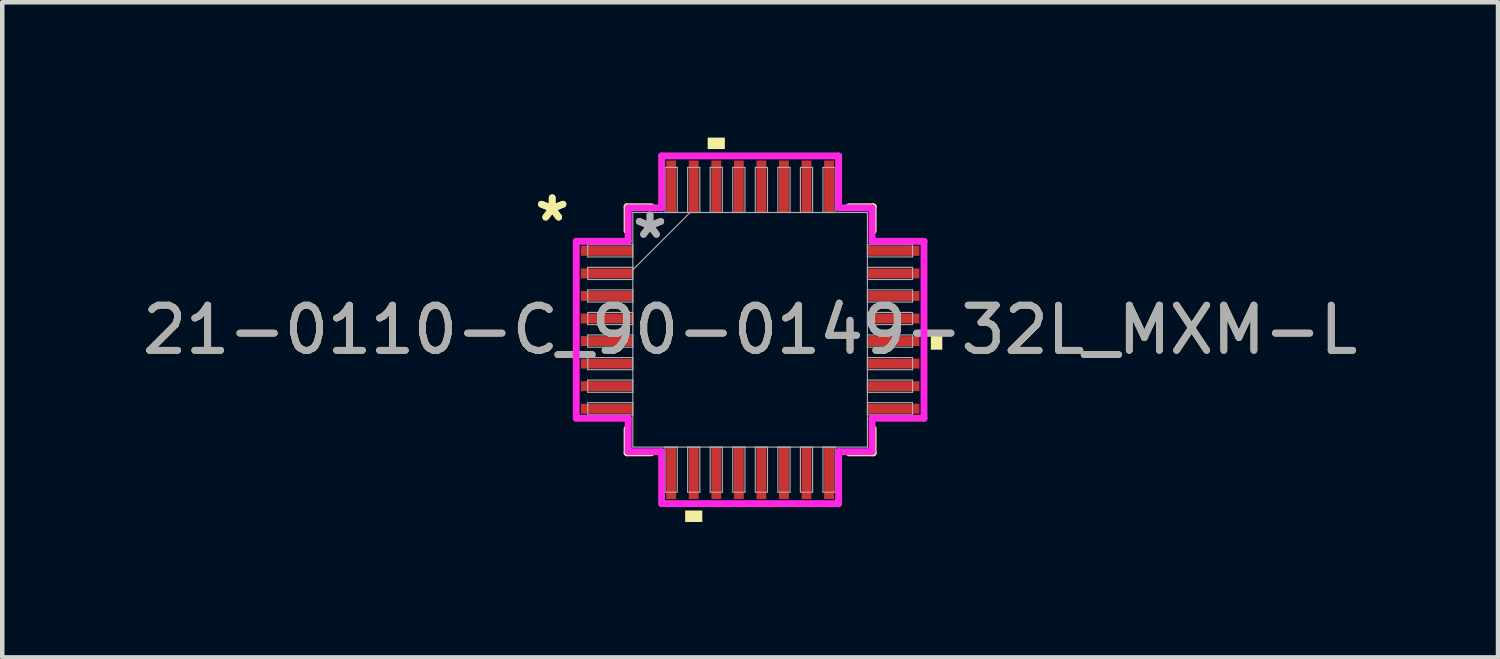
<source format=kicad_pcb>
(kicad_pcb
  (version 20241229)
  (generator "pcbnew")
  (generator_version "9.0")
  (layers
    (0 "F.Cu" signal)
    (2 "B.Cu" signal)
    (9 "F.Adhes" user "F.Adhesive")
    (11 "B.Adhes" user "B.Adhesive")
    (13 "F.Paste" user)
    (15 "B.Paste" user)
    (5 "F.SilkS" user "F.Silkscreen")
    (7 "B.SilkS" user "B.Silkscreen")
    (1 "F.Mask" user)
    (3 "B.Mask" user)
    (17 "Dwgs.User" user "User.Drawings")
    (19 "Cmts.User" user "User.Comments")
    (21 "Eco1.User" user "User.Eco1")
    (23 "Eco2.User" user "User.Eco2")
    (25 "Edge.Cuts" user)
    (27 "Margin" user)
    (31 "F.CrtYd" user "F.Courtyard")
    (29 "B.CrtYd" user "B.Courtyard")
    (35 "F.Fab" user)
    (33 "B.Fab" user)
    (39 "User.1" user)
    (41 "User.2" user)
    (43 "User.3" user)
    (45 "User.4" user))
  (footprint "21-0110-C_90-0149-32L_MXM-L"
    (layer "F.Cu")
    (at 13.577 4.26)
    (property "Reference" "21-0110-C_90-0149-32L_MXM-L" (at 0 0 0) (unlocked yes) (layer "F.SilkS") (effects (font (size 1 1) (thickness 0.15))))
    (attr smd)
    (fp_line (start -2.727 -2.727) (end -2.727 -2.192) (stroke (width 0.152) (type solid)) (layer "F.SilkS"))
    (fp_line (start -2.727 2.192) (end -2.727 2.727) (stroke (width 0.152) (type solid)) (layer "F.SilkS"))
    (fp_line (start -2.727 2.727) (end -2.192 2.727) (stroke (width 0.152) (type solid)) (layer "F.SilkS"))
    (fp_line (start -2.192 -2.727) (end -2.727 -2.727) (stroke (width 0.152) (type solid)) (layer "F.SilkS"))
    (fp_line (start 2.192 2.727) (end 2.727 2.727) (stroke (width 0.152) (type solid)) (layer "F.SilkS"))
    (fp_line (start 2.727 -2.727) (end 2.192 -2.727) (stroke (width 0.152) (type solid)) (layer "F.SilkS"))
    (fp_line (start 2.727 -2.192) (end 2.727 -2.727) (stroke (width 0.152) (type solid)) (layer "F.SilkS"))
    (fp_line (start 2.727 2.727) (end 2.727 2.192) (stroke (width 0.152) (type solid)) (layer "F.SilkS"))
    (fp_poly (pts (xy -1.44 4.006) (xy -1.44 4.26) (xy -1.06 4.26) (xy -1.06 4.006)) (stroke (width 0) (type solid)) (fill yes) (layer "F.SilkS"))
    (fp_poly (pts (xy -0.941 -4.006) (xy -0.941 -4.26) (xy -0.56 -4.26) (xy -0.56 -4.006)) (stroke (width 0) (type solid)) (fill yes) (layer "F.SilkS"))
    (fp_poly (pts (xy 4.26 0.059) (xy 4.26 0.441) (xy 4.006 0.441) (xy 4.006 0.059)) (stroke (width 0) (type solid)) (fill yes) (layer "F.SilkS"))
    (fp_line (start -3.854 -1.961) (end -2.702 -1.961) (stroke (width 0.152) (type solid)) (layer "F.CrtYd"))
    (fp_line (start -3.854 1.961) (end -3.854 -1.961) (stroke (width 0.152) (type solid)) (layer "F.CrtYd"))
    (fp_line (start -2.702 -2.702) (end -1.961 -2.702) (stroke (width 0.152) (type solid)) (layer "F.CrtYd"))
    (fp_line (start -2.702 -1.961) (end -2.702 -2.702) (stroke (width 0.152) (type solid)) (layer "F.CrtYd"))
    (fp_line (start -2.702 1.961) (end -3.854 1.961) (stroke (width 0.152) (type solid)) (layer "F.CrtYd"))
    (fp_line (start -2.702 2.702) (end -2.702 1.961) (stroke (width 0.152) (type solid)) (layer "F.CrtYd"))
    (fp_line (start -2.702 2.702) (end -1.961 2.702) (stroke (width 0.152) (type solid)) (layer "F.CrtYd"))
    (fp_line (start -1.961 -3.854) (end 1.961 -3.854) (stroke (width 0.152) (type solid)) (layer "F.CrtYd"))
    (fp_line (start -1.961 -2.702) (end -1.961 -3.854) (stroke (width 0.152) (type solid)) (layer "F.CrtYd"))
    (fp_line (start -1.961 2.702) (end -1.961 3.854) (stroke (width 0.152) (type solid)) (layer "F.CrtYd"))
    (fp_line (start -1.961 3.854) (end 1.961 3.854) (stroke (width 0.152) (type solid)) (layer "F.CrtYd"))
    (fp_line (start 1.961 -3.854) (end 1.961 -2.702) (stroke (width 0.152) (type solid)) (layer "F.CrtYd"))
    (fp_line (start 1.961 -2.702) (end 2.702 -2.702) (stroke (width 0.152) (type solid)) (layer "F.CrtYd"))
    (fp_line (start 1.961 2.702) (end 2.702 2.702) (stroke (width 0.152) (type solid)) (layer "F.CrtYd"))
    (fp_line (start 1.961 3.854) (end 1.961 2.702) (stroke (width 0.152) (type solid)) (layer "F.CrtYd"))
    (fp_line (start 2.702 -1.961) (end 2.702 -2.702) (stroke (width 0.152) (type solid)) (layer "F.CrtYd"))
    (fp_line (start 2.702 1.961) (end 3.854 1.961) (stroke (width 0.152) (type solid)) (layer "F.CrtYd"))
    (fp_line (start 2.702 2.702) (end 2.702 1.961) (stroke (width 0.152) (type solid)) (layer "F.CrtYd"))
    (fp_line (start 3.854 -1.961) (end 2.702 -1.961) (stroke (width 0.152) (type solid)) (layer "F.CrtYd"))
    (fp_line (start 3.854 1.961) (end 3.854 -1.961) (stroke (width 0.152) (type solid)) (layer "F.CrtYd"))
    (fp_line (start -3.6 -1.885) (end -3.6 -1.615) (stroke (width 0.025) (type solid)) (layer "F.Fab"))
    (fp_line (start -3.6 -1.615) (end -2.6 -1.615) (stroke (width 0.025) (type solid)) (layer "F.Fab"))
    (fp_line (start -3.6 -1.385) (end -3.6 -1.115) (stroke (width 0.025) (type solid)) (layer "F.Fab"))
    (fp_line (start -3.6 -1.115) (end -2.6 -1.115) (stroke (width 0.025) (type solid)) (layer "F.Fab"))
    (fp_line (start -3.6 -0.885) (end -3.6 -0.615) (stroke (width 0.025) (type solid)) (layer "F.Fab"))
    (fp_line (start -3.6 -0.615) (end -2.6 -0.615) (stroke (width 0.025) (type solid)) (layer "F.Fab"))
    (fp_line (start -3.6 -0.385) (end -3.6 -0.115) (stroke (width 0.025) (type solid)) (layer "F.Fab"))
    (fp_line (start -3.6 -0.115) (end -2.6 -0.115) (stroke (width 0.025) (type solid)) (layer "F.Fab"))
    (fp_line (start -3.6 0.115) (end -3.6 0.385) (stroke (width 0.025) (type solid)) (layer "F.Fab"))
    (fp_line (start -3.6 0.385) (end -2.6 0.385) (stroke (width 0.025) (type solid)) (layer "F.Fab"))
    (fp_line (start -3.6 0.615) (end -3.6 0.885) (stroke (width 0.025) (type solid)) (layer "F.Fab"))
    (fp_line (start -3.6 0.885) (end -2.6 0.885) (stroke (width 0.025) (type solid)) (layer "F.Fab"))
    (fp_line (start -3.6 1.115) (end -3.6 1.385) (stroke (width 0.025) (type solid)) (layer "F.Fab"))
    (fp_line (start -3.6 1.385) (end -2.6 1.385) (stroke (width 0.025) (type solid)) (layer "F.Fab"))
    (fp_line (start -3.6 1.615) (end -3.6 1.885) (stroke (width 0.025) (type solid)) (layer "F.Fab"))
    (fp_line (start -3.6 1.885) (end -2.6 1.885) (stroke (width 0.025) (type solid)) (layer "F.Fab"))
    (fp_line (start -2.6 -2.6) (end -2.6 2.6) (stroke (width 0.025) (type solid)) (layer "F.Fab"))
    (fp_line (start -2.6 -1.885) (end -3.6 -1.885) (stroke (width 0.025) (type solid)) (layer "F.Fab"))
    (fp_line (start -2.6 -1.615) (end -2.6 -1.885) (stroke (width 0.025) (type solid)) (layer "F.Fab"))
    (fp_line (start -2.6 -1.385) (end -3.6 -1.385) (stroke (width 0.025) (type solid)) (layer "F.Fab"))
    (fp_line (start -2.6 -1.33) (end -1.33 -2.6) (stroke (width 0.025) (type solid)) (layer "F.Fab"))
    (fp_line (start -2.6 -1.115) (end -2.6 -1.385) (stroke (width 0.025) (type solid)) (layer "F.Fab"))
    (fp_line (start -2.6 -0.885) (end -3.6 -0.885) (stroke (width 0.025) (type solid)) (layer "F.Fab"))
    (fp_line (start -2.6 -0.615) (end -2.6 -0.885) (stroke (width 0.025) (type solid)) (layer "F.Fab"))
    (fp_line (start -2.6 -0.385) (end -3.6 -0.385) (stroke (width 0.025) (type solid)) (layer "F.Fab"))
    (fp_line (start -2.6 -0.115) (end -2.6 -0.385) (stroke (width 0.025) (type solid)) (layer "F.Fab"))
    (fp_line (start -2.6 0.115) (end -3.6 0.115) (stroke (width 0.025) (type solid)) (layer "F.Fab"))
    (fp_line (start -2.6 0.385) (end -2.6 0.115) (stroke (width 0.025) (type solid)) (layer "F.Fab"))
    (fp_line (start -2.6 0.615) (end -3.6 0.615) (stroke (width 0.025) (type solid)) (layer "F.Fab"))
    (fp_line (start -2.6 0.885) (end -2.6 0.615) (stroke (width 0.025) (type solid)) (layer "F.Fab"))
    (fp_line (start -2.6 1.115) (end -3.6 1.115) (stroke (width 0.025) (type solid)) (layer "F.Fab"))
    (fp_line (start -2.6 1.385) (end -2.6 1.115) (stroke (width 0.025) (type solid)) (layer "F.Fab"))
    (fp_line (start -2.6 1.615) (end -3.6 1.615) (stroke (width 0.025) (type solid)) (layer "F.Fab"))
    (fp_line (start -2.6 1.885) (end -2.6 1.615) (stroke (width 0.025) (type solid)) (layer "F.Fab"))
    (fp_line (start -2.6 2.6) (end 2.6 2.6) (stroke (width 0.025) (type solid)) (layer "F.Fab"))
    (fp_line (start -1.885 -3.6) (end -1.885 -2.6) (stroke (width 0.025) (type solid)) (layer "F.Fab"))
    (fp_line (start -1.885 -2.6) (end -1.615 -2.6) (stroke (width 0.025) (type solid)) (layer "F.Fab"))
    (fp_line (start -1.885 2.6) (end -1.885 3.6) (stroke (width 0.025) (type solid)) (layer "F.Fab"))
    (fp_line (start -1.885 3.6) (end -1.615 3.6) (stroke (width 0.025) (type solid)) (layer "F.Fab"))
    (fp_line (start -1.615 -3.6) (end -1.885 -3.6) (stroke (width 0.025) (type solid)) (layer "F.Fab"))
    (fp_line (start -1.615 -2.6) (end -1.615 -3.6) (stroke (width 0.025) (type solid)) (layer "F.Fab"))
    (fp_line (start -1.615 2.6) (end -1.885 2.6) (stroke (width 0.025) (type solid)) (layer "F.Fab"))
    (fp_line (start -1.615 3.6) (end -1.615 2.6) (stroke (width 0.025) (type solid)) (layer "F.Fab"))
    (fp_line (start -1.385 -3.6) (end -1.385 -2.6) (stroke (width 0.025) (type solid)) (layer "F.Fab"))
    (fp_line (start -1.385 -2.6) (end -1.115 -2.6) (stroke (width 0.025) (type solid)) (layer "F.Fab"))
    (fp_line (start -1.385 2.6) (end -1.385 3.6) (stroke (width 0.025) (type solid)) (layer "F.Fab"))
    (fp_line (start -1.385 3.6) (end -1.115 3.6) (stroke (width 0.025) (type solid)) (layer "F.Fab"))
    (fp_line (start -1.115 -3.6) (end -1.385 -3.6) (stroke (width 0.025) (type solid)) (layer "F.Fab"))
    (fp_line (start -1.115 -2.6) (end -1.115 -3.6) (stroke (width 0.025) (type solid)) (layer "F.Fab"))
    (fp_line (start -1.115 2.6) (end -1.385 2.6) (stroke (width 0.025) (type solid)) (layer "F.Fab"))
    (fp_line (start -1.115 3.6) (end -1.115 2.6) (stroke (width 0.025) (type solid)) (layer "F.Fab"))
    (fp_line (start -0.885 -3.6) (end -0.885 -2.6) (stroke (width 0.025) (type solid)) (layer "F.Fab"))
    (fp_line (start -0.885 -2.6) (end -0.615 -2.6) (stroke (width 0.025) (type solid)) (layer "F.Fab"))
    (fp_line (start -0.885 2.6) (end -0.885 3.6) (stroke (width 0.025) (type solid)) (layer "F.Fab"))
    (fp_line (start -0.885 3.6) (end -0.615 3.6) (stroke (width 0.025) (type solid)) (layer "F.Fab"))
    (fp_line (start -0.615 -3.6) (end -0.885 -3.6) (stroke (width 0.025) (type solid)) (layer "F.Fab"))
    (fp_line (start -0.615 -2.6) (end -0.615 -3.6) (stroke (width 0.025) (type solid)) (layer "F.Fab"))
    (fp_line (start -0.615 2.6) (end -0.885 2.6) (stroke (width 0.025) (type solid)) (layer "F.Fab"))
    (fp_line (start -0.615 3.6) (end -0.615 2.6) (stroke (width 0.025) (type solid)) (layer "F.Fab"))
    (fp_line (start -0.385 -3.6) (end -0.385 -2.6) (stroke (width 0.025) (type solid)) (layer "F.Fab"))
    (fp_line (start -0.385 -2.6) (end -0.115 -2.6) (stroke (width 0.025) (type solid)) (layer "F.Fab"))
    (fp_line (start -0.385 2.6) (end -0.385 3.6) (stroke (width 0.025) (type solid)) (layer "F.Fab"))
    (fp_line (start -0.385 3.6) (end -0.115 3.6) (stroke (width 0.025) (type solid)) (layer "F.Fab"))
    (fp_line (start -0.115 -3.6) (end -0.385 -3.6) (stroke (width 0.025) (type solid)) (layer "F.Fab"))
    (fp_line (start -0.115 -2.6) (end -0.115 -3.6) (stroke (width 0.025) (type solid)) (layer "F.Fab"))
    (fp_line (start -0.115 2.6) (end -0.385 2.6) (stroke (width 0.025) (type solid)) (layer "F.Fab"))
    (fp_line (start -0.115 3.6) (end -0.115 2.6) (stroke (width 0.025) (type solid)) (layer "F.Fab"))
    (fp_line (start 0.115 -3.6) (end 0.115 -2.6) (stroke (width 0.025) (type solid)) (layer "F.Fab"))
    (fp_line (start 0.115 -2.6) (end 0.385 -2.6) (stroke (width 0.025) (type solid)) (layer "F.Fab"))
    (fp_line (start 0.115 2.6) (end 0.115 3.6) (stroke (width 0.025) (type solid)) (layer "F.Fab"))
    (fp_line (start 0.115 3.6) (end 0.385 3.6) (stroke (width 0.025) (type solid)) (layer "F.Fab"))
    (fp_line (start 0.385 -3.6) (end 0.115 -3.6) (stroke (width 0.025) (type solid)) (layer "F.Fab"))
    (fp_line (start 0.385 -2.6) (end 0.385 -3.6) (stroke (width 0.025) (type solid)) (layer "F.Fab"))
    (fp_line (start 0.385 2.6) (end 0.115 2.6) (stroke (width 0.025) (type solid)) (layer "F.Fab"))
    (fp_line (start 0.385 3.6) (end 0.385 2.6) (stroke (width 0.025) (type solid)) (layer "F.Fab"))
    (fp_line (start 0.615 -3.6) (end 0.615 -2.6) (stroke (width 0.025) (type solid)) (layer "F.Fab"))
    (fp_line (start 0.615 -2.6) (end 0.885 -2.6) (stroke (width 0.025) (type solid)) (layer "F.Fab"))
    (fp_line (start 0.615 2.6) (end 0.615 3.6) (stroke (width 0.025) (type solid)) (layer "F.Fab"))
    (fp_line (start 0.615 3.6) (end 0.885 3.6) (stroke (width 0.025) (type solid)) (layer "F.Fab"))
    (fp_line (start 0.885 -3.6) (end 0.615 -3.6) (stroke (width 0.025) (type solid)) (layer "F.Fab"))
    (fp_line (start 0.885 -2.6) (end 0.885 -3.6) (stroke (width 0.025) (type solid)) (layer "F.Fab"))
    (fp_line (start 0.885 2.6) (end 0.615 2.6) (stroke (width 0.025) (type solid)) (layer "F.Fab"))
    (fp_line (start 0.885 3.6) (end 0.885 2.6) (stroke (width 0.025) (type solid)) (layer "F.Fab"))
    (fp_line (start 1.115 -3.6) (end 1.115 -2.6) (stroke (width 0.025) (type solid)) (layer "F.Fab"))
    (fp_line (start 1.115 -2.6) (end 1.385 -2.6) (stroke (width 0.025) (type solid)) (layer "F.Fab"))
    (fp_line (start 1.115 2.6) (end 1.115 3.6) (stroke (width 0.025) (type solid)) (layer "F.Fab"))
    (fp_line (start 1.115 3.6) (end 1.385 3.6) (stroke (width 0.025) (type solid)) (layer "F.Fab"))
    (fp_line (start 1.385 -3.6) (end 1.115 -3.6) (stroke (width 0.025) (type solid)) (layer "F.Fab"))
    (fp_line (start 1.385 -2.6) (end 1.385 -3.6) (stroke (width 0.025) (type solid)) (layer "F.Fab"))
    (fp_line (start 1.385 2.6) (end 1.115 2.6) (stroke (width 0.025) (type solid)) (layer "F.Fab"))
    (fp_line (start 1.385 3.6) (end 1.385 2.6) (stroke (width 0.025) (type solid)) (layer "F.Fab"))
    (fp_line (start 1.615 -3.6) (end 1.615 -2.6) (stroke (width 0.025) (type solid)) (layer "F.Fab"))
    (fp_line (start 1.615 -2.6) (end 1.885 -2.6) (stroke (width 0.025) (type solid)) (layer "F.Fab"))
    (fp_line (start 1.615 2.6) (end 1.615 3.6) (stroke (width 0.025) (type solid)) (layer "F.Fab"))
    (fp_line (start 1.615 3.6) (end 1.885 3.6) (stroke (width 0.025) (type solid)) (layer "F.Fab"))
    (fp_line (start 1.885 -3.6) (end 1.615 -3.6) (stroke (width 0.025) (type solid)) (layer "F.Fab"))
    (fp_line (start 1.885 -2.6) (end 1.885 -3.6) (stroke (width 0.025) (type solid)) (layer "F.Fab"))
    (fp_line (start 1.885 2.6) (end 1.615 2.6) (stroke (width 0.025) (type solid)) (layer "F.Fab"))
    (fp_line (start 1.885 3.6) (end 1.885 2.6) (stroke (width 0.025) (type solid)) (layer "F.Fab"))
    (fp_line (start 2.6 -2.6) (end -2.6 -2.6) (stroke (width 0.025) (type solid)) (layer "F.Fab"))
    (fp_line (start 2.6 -1.885) (end 2.6 -1.615) (stroke (width 0.025) (type solid)) (layer "F.Fab"))
    (fp_line (start 2.6 -1.615) (end 3.6 -1.615) (stroke (width 0.025) (type solid)) (layer "F.Fab"))
    (fp_line (start 2.6 -1.385) (end 2.6 -1.115) (stroke (width 0.025) (type solid)) (layer "F.Fab"))
    (fp_line (start 2.6 -1.115) (end 3.6 -1.115) (stroke (width 0.025) (type solid)) (layer "F.Fab"))
    (fp_line (start 2.6 -0.885) (end 2.6 -0.615) (stroke (width 0.025) (type solid)) (layer "F.Fab"))
    (fp_line (start 2.6 -0.615) (end 3.6 -0.615) (stroke (width 0.025) (type solid)) (layer "F.Fab"))
    (fp_line (start 2.6 -0.385) (end 2.6 -0.115) (stroke (width 0.025) (type solid)) (layer "F.Fab"))
    (fp_line (start 2.6 -0.115) (end 3.6 -0.115) (stroke (width 0.025) (type solid)) (layer "F.Fab"))
    (fp_line (start 2.6 0.115) (end 2.6 0.385) (stroke (width 0.025) (type solid)) (layer "F.Fab"))
    (fp_line (start 2.6 0.385) (end 3.6 0.385) (stroke (width 0.025) (type solid)) (layer "F.Fab"))
    (fp_line (start 2.6 0.615) (end 2.6 0.885) (stroke (width 0.025) (type solid)) (layer "F.Fab"))
    (fp_line (start 2.6 0.885) (end 3.6 0.885) (stroke (width 0.025) (type solid)) (layer "F.Fab"))
    (fp_line (start 2.6 1.115) (end 2.6 1.385) (stroke (width 0.025) (type solid)) (layer "F.Fab"))
    (fp_line (start 2.6 1.385) (end 3.6 1.385) (stroke (width 0.025) (type solid)) (layer "F.Fab"))
    (fp_line (start 2.6 1.615) (end 2.6 1.885) (stroke (width 0.025) (type solid)) (layer "F.Fab"))
    (fp_line (start 2.6 1.885) (end 3.6 1.885) (stroke (width 0.025) (type solid)) (layer "F.Fab"))
    (fp_line (start 2.6 2.6) (end 2.6 -2.6) (stroke (width 0.025) (type solid)) (layer "F.Fab"))
    (fp_line (start 3.6 -1.885) (end 2.6 -1.885) (stroke (width 0.025) (type solid)) (layer "F.Fab"))
    (fp_line (start 3.6 -1.615) (end 3.6 -1.885) (stroke (width 0.025) (type solid)) (layer "F.Fab"))
    (fp_line (start 3.6 -1.385) (end 2.6 -1.385) (stroke (width 0.025) (type solid)) (layer "F.Fab"))
    (fp_line (start 3.6 -1.115) (end 3.6 -1.385) (stroke (width 0.025) (type solid)) (layer "F.Fab"))
    (fp_line (start 3.6 -0.885) (end 2.6 -0.885) (stroke (width 0.025) (type solid)) (layer "F.Fab"))
    (fp_line (start 3.6 -0.615) (end 3.6 -0.885) (stroke (width 0.025) (type solid)) (layer "F.Fab"))
    (fp_line (start 3.6 -0.385) (end 2.6 -0.385) (stroke (width 0.025) (type solid)) (layer "F.Fab"))
    (fp_line (start 3.6 -0.115) (end 3.6 -0.385) (stroke (width 0.025) (type solid)) (layer "F.Fab"))
    (fp_line (start 3.6 0.115) (end 2.6 0.115) (stroke (width 0.025) (type solid)) (layer "F.Fab"))
    (fp_line (start 3.6 0.385) (end 3.6 0.115) (stroke (width 0.025) (type solid)) (layer "F.Fab"))
    (fp_line (start 3.6 0.615) (end 2.6 0.615) (stroke (width 0.025) (type solid)) (layer "F.Fab"))
    (fp_line (start 3.6 0.885) (end 3.6 0.615) (stroke (width 0.025) (type solid)) (layer "F.Fab"))
    (fp_line (start 3.6 1.115) (end 2.6 1.115) (stroke (width 0.025) (type solid)) (layer "F.Fab"))
    (fp_line (start 3.6 1.385) (end 3.6 1.115) (stroke (width 0.025) (type solid)) (layer "F.Fab"))
    (fp_line (start 3.6 1.615) (end 2.6 1.615) (stroke (width 0.025) (type solid)) (layer "F.Fab"))
    (fp_line (start 3.6 1.885) (end 3.6 1.615) (stroke (width 0.025) (type solid)) (layer "F.Fab"))
    (fp_text user "*" (at -4.387 -2.381 0) (layer "F.SilkS") (effects (font (size 1 1) (thickness 0.15))))
    (fp_text user "*" (at -4.387 -2.381 0) (unlocked yes) (layer "F.SilkS") (effects (font (size 1 1) (thickness 0.15))))
    (fp_text user "*" (at -2.219 -2 0) (layer "F.Fab") (effects (font (size 1 1) (thickness 0.15))))
    (fp_text user "${REFERENCE}" (at 0 0 0) (unlocked yes) (layer "F.Fab") (effects (font (size 1 1) (thickness 0.15))))
    (fp_text user "*" (at -2.219 -2 0) (unlocked yes) (layer "F.Fab") (effects (font (size 1 1) (thickness 0.15))))
    (pad "1" smd rect (at -3.176 -1.75 90) (size 0.219 1.152) (layers "F.Cu" "F.Mask" "F.Paste"))
    (pad "2" smd rect (at -3.176 -1.25 90) (size 0.219 1.152) (layers "F.Cu" "F.Mask" "F.Paste"))
    (pad "3" smd rect (at -3.176 -0.75 90) (size 0.219 1.152) (layers "F.Cu" "F.Mask" "F.Paste"))
    (pad "4" smd rect (at -3.176 -0.25 90) (size 0.219 1.152) (layers "F.Cu" "F.Mask" "F.Paste"))
    (pad "5" smd rect (at -3.176 0.25 90) (size 0.219 1.152) (layers "F.Cu" "F.Mask" "F.Paste"))
    (pad "6" smd rect (at -3.176 0.75 90) (size 0.219 1.152) (layers "F.Cu" "F.Mask" "F.Paste"))
    (pad "7" smd rect (at -3.176 1.25 90) (size 0.219 1.152) (layers "F.Cu" "F.Mask" "F.Paste"))
    (pad "8" smd rect (at -3.176 1.75 90) (size 0.219 1.152) (layers "F.Cu" "F.Mask" "F.Paste"))
    (pad "9" smd rect (at -1.75 3.176) (size 0.219 1.152) (layers "F.Cu" "F.Mask" "F.Paste"))
    (pad "10" smd rect (at -1.25 3.176) (size 0.219 1.152) (layers "F.Cu" "F.Mask" "F.Paste"))
    (pad "11" smd rect (at -0.75 3.176) (size 0.219 1.152) (layers "F.Cu" "F.Mask" "F.Paste"))
    (pad "12" smd rect (at -0.25 3.176) (size 0.219 1.152) (layers "F.Cu" "F.Mask" "F.Paste"))
    (pad "13" smd rect (at 0.25 3.176) (size 0.219 1.152) (layers "F.Cu" "F.Mask" "F.Paste"))
    (pad "14" smd rect (at 0.75 3.176) (size 0.219 1.152) (layers "F.Cu" "F.Mask" "F.Paste"))
    (pad "15" smd rect (at 1.25 3.176) (size 0.219 1.152) (layers "F.Cu" "F.Mask" "F.Paste"))
    (pad "16" smd rect (at 1.75 3.176) (size 0.219 1.152) (layers "F.Cu" "F.Mask" "F.Paste"))
    (pad "17" smd rect (at 3.176 1.75 90) (size 0.219 1.152) (layers "F.Cu" "F.Mask" "F.Paste"))
    (pad "18" smd rect (at 3.176 1.25 90) (size 0.219 1.152) (layers "F.Cu" "F.Mask" "F.Paste"))
    (pad "19" smd rect (at 3.176 0.75 90) (size 0.219 1.152) (layers "F.Cu" "F.Mask" "F.Paste"))
    (pad "20" smd rect (at 3.176 0.25 90) (size 0.219 1.152) (layers "F.Cu" "F.Mask" "F.Paste"))
    (pad "21" smd rect (at 3.176 -0.25 90) (size 0.219 1.152) (layers "F.Cu" "F.Mask" "F.Paste"))
    (pad "22" smd rect (at 3.176 -0.75 90) (size 0.219 1.152) (layers "F.Cu" "F.Mask" "F.Paste"))
    (pad "23" smd rect (at 3.176 -1.25 90) (size 0.219 1.152) (layers "F.Cu" "F.Mask" "F.Paste"))
    (pad "24" smd rect (at 3.176 -1.75 90) (size 0.219 1.152) (layers "F.Cu" "F.Mask" "F.Paste"))
    (pad "25" smd rect (at 1.75 -3.176) (size 0.219 1.152) (layers "F.Cu" "F.Mask" "F.Paste"))
    (pad "26" smd rect (at 1.25 -3.176) (size 0.219 1.152) (layers "F.Cu" "F.Mask" "F.Paste"))
    (pad "27" smd rect (at 0.75 -3.176) (size 0.219 1.152) (layers "F.Cu" "F.Mask" "F.Paste"))
    (pad "28" smd rect (at 0.25 -3.176) (size 0.219 1.152) (layers "F.Cu" "F.Mask" "F.Paste"))
    (pad "29" smd rect (at -0.25 -3.176) (size 0.219 1.152) (layers "F.Cu" "F.Mask" "F.Paste"))
    (pad "30" smd rect (at -0.75 -3.176) (size 0.219 1.152) (layers "F.Cu" "F.Mask" "F.Paste"))
    (pad "31" smd rect (at -1.25 -3.176) (size 0.219 1.152) (layers "F.Cu" "F.Mask" "F.Paste"))
    (pad "32" smd rect (at -1.75 -3.176) (size 0.219 1.152) (layers "F.Cu" "F.Mask" "F.Paste")))
  (gr_rect
    (start -3 -3)
    (end 30.155 11.521)
    (stroke (width 0.1) (type default))
    (fill no)
    (layer "Edge.Cuts")))
</source>
